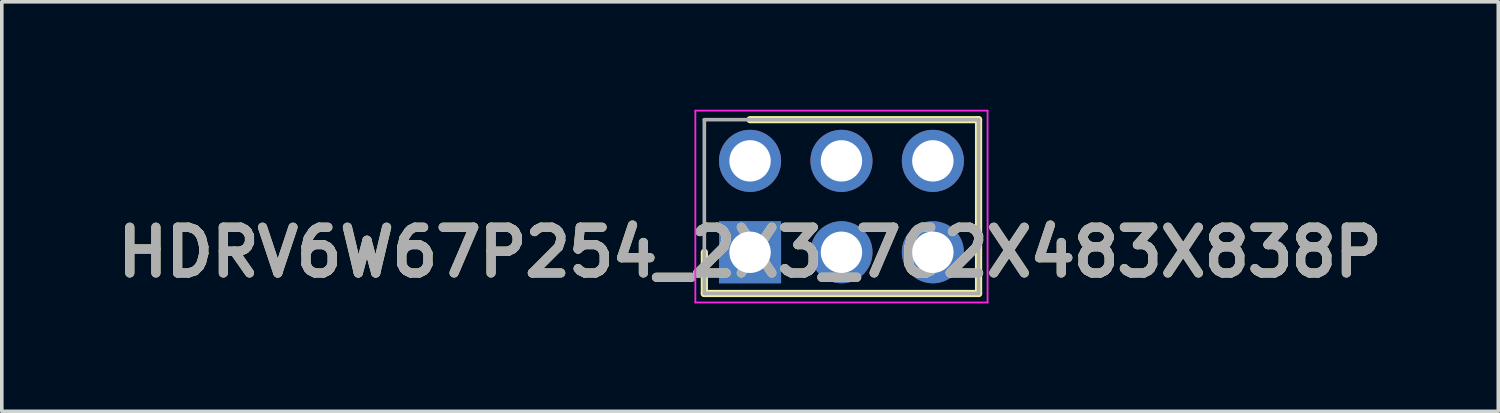
<source format=kicad_pcb>
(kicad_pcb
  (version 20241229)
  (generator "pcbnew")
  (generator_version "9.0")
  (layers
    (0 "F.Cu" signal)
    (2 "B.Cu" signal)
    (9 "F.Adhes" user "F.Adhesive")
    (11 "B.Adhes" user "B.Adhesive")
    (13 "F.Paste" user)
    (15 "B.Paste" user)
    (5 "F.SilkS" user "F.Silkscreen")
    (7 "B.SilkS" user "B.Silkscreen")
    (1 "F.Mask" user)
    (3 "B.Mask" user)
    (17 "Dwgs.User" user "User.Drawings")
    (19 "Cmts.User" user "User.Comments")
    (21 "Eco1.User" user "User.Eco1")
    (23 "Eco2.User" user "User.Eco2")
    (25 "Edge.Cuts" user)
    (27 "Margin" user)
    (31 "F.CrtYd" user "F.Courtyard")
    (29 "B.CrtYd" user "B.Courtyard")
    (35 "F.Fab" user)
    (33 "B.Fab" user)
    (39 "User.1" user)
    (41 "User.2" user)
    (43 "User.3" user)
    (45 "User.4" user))
  (footprint "HDRV6W67P254_2X3_762X483X838P"
    (layer "F.Cu")
    (at 17.792 3.96)
    (property "Reference" "HDRV6W67P254_2X3_762X483X838P" (at 0 0 0) (layer "F.SilkS") (effects (font (size 1.27 1.27) (thickness 0.254))))
    (attr through_hole)
    (fp_line (start -1.27 0) (end -1.27 1.145) (stroke (width 0.2) (type solid)) (layer "F.SilkS"))
    (fp_line (start -1.27 1.145) (end 6.35 1.145) (stroke (width 0.2) (type solid)) (layer "F.SilkS"))
    (fp_line (start 6.35 -3.685) (end 0 -3.685) (stroke (width 0.2) (type solid)) (layer "F.SilkS"))
    (fp_line (start 6.35 1.145) (end 6.35 -3.685) (stroke (width 0.2) (type solid)) (layer "F.SilkS"))
    (fp_line (start -1.52 -3.935) (end 6.6 -3.935) (stroke (width 0.05) (type solid)) (layer "F.CrtYd"))
    (fp_line (start -1.52 1.395) (end -1.52 -3.935) (stroke (width 0.05) (type solid)) (layer "F.CrtYd"))
    (fp_line (start 6.6 -3.935) (end 6.6 1.395) (stroke (width 0.05) (type solid)) (layer "F.CrtYd"))
    (fp_line (start 6.6 1.395) (end -1.52 1.395) (stroke (width 0.05) (type solid)) (layer "F.CrtYd"))
    (fp_line (start -1.27 -3.685) (end 6.35 -3.685) (stroke (width 0.1) (type solid)) (layer "F.Fab"))
    (fp_line (start -1.27 1.145) (end -1.27 -3.685) (stroke (width 0.1) (type solid)) (layer "F.Fab"))
    (fp_line (start 6.35 -3.685) (end 6.35 1.145) (stroke (width 0.1) (type solid)) (layer "F.Fab"))
    (fp_line (start 6.35 1.145) (end -1.27 1.145) (stroke (width 0.1) (type solid)) (layer "F.Fab"))
    (fp_text user "${REFERENCE}" (at 0 0 0) (layer "F.Fab") (effects (font (size 1.27 1.27) (thickness 0.254))))
    (pad "1" thru_hole rect (at 0 0) (size 1.725 1.725) (drill 1.15) (layers "*.Cu" "*.Mask"))
    (pad "2" thru_hole circle (at 0 -2.54) (size 1.725 1.725) (drill 1.15) (layers "*.Cu" "*.Mask"))
    (pad "3" thru_hole circle (at 2.54 0) (size 1.725 1.725) (drill 1.15) (layers "*.Cu" "*.Mask"))
    (pad "4" thru_hole circle (at 2.54 -2.54) (size 1.725 1.725) (drill 1.15) (layers "*.Cu" "*.Mask"))
    (pad "5" thru_hole circle (at 5.08 0) (size 1.725 1.725) (drill 1.15) (layers "*.Cu" "*.Mask"))
    (pad "6" thru_hole circle (at 5.08 -2.54) (size 1.725 1.725) (drill 1.15) (layers "*.Cu" "*.Mask")))
  (gr_rect
    (start -3 -3)
    (end 38.584 8.38)
    (stroke (width 0.1) (type default))
    (fill no)
    (layer "Edge.Cuts")))
</source>
